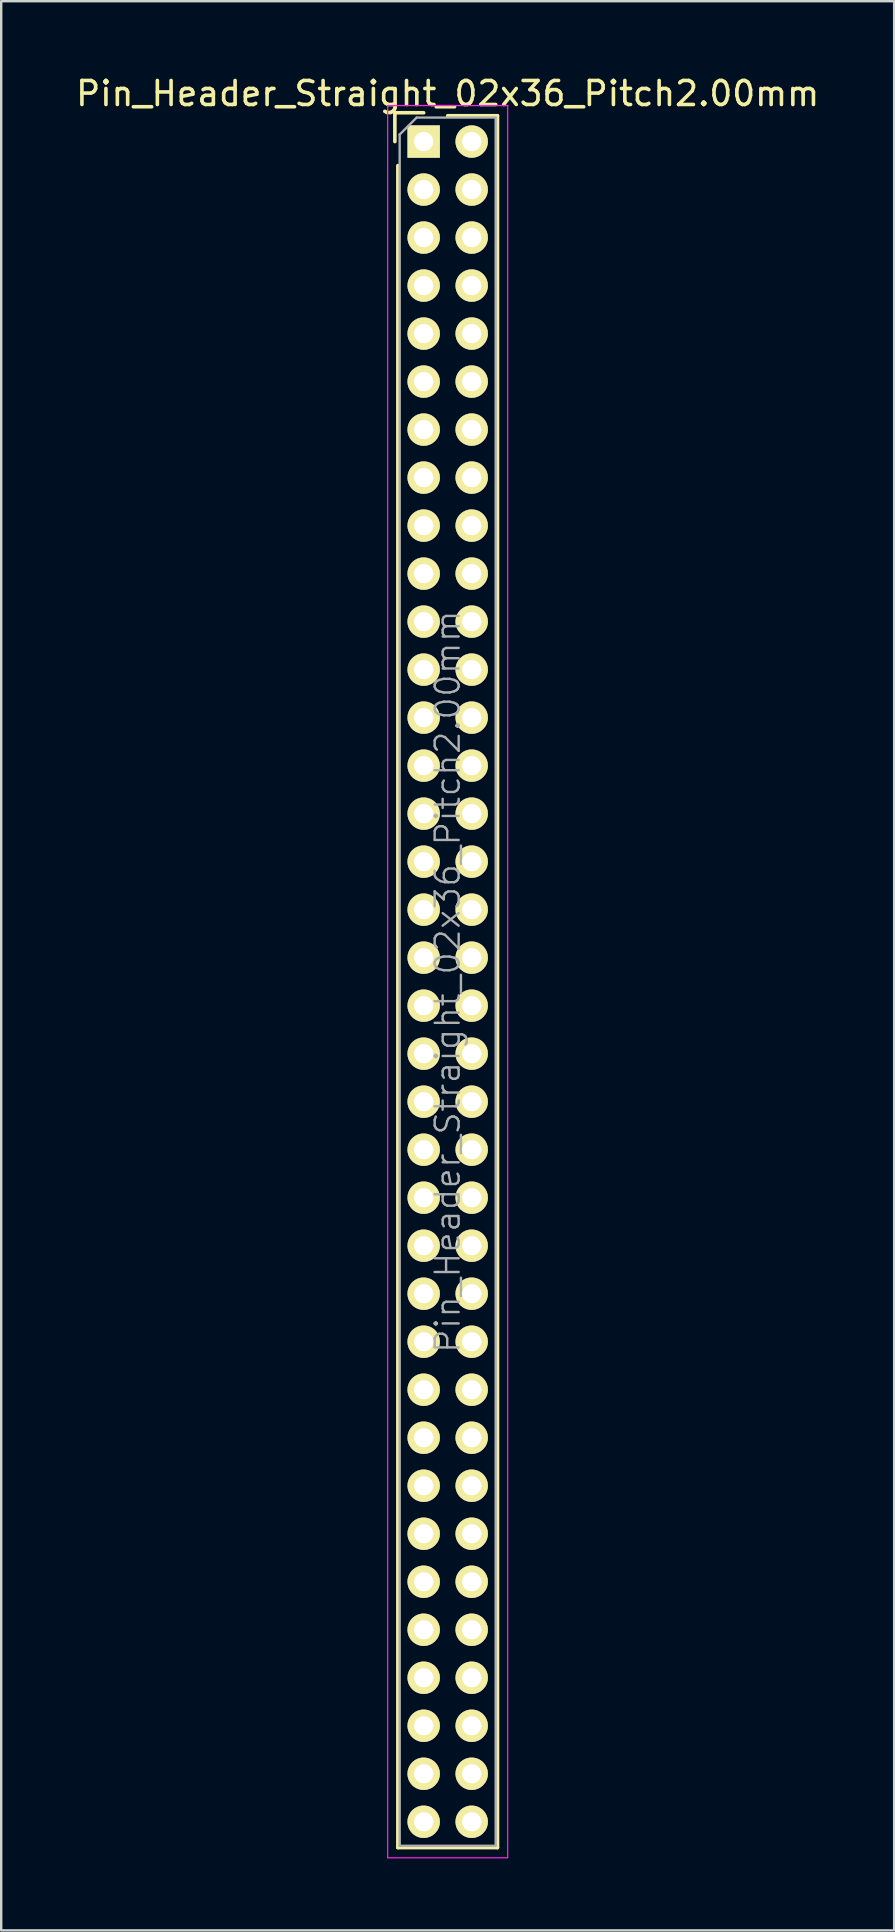
<source format=kicad_pcb>
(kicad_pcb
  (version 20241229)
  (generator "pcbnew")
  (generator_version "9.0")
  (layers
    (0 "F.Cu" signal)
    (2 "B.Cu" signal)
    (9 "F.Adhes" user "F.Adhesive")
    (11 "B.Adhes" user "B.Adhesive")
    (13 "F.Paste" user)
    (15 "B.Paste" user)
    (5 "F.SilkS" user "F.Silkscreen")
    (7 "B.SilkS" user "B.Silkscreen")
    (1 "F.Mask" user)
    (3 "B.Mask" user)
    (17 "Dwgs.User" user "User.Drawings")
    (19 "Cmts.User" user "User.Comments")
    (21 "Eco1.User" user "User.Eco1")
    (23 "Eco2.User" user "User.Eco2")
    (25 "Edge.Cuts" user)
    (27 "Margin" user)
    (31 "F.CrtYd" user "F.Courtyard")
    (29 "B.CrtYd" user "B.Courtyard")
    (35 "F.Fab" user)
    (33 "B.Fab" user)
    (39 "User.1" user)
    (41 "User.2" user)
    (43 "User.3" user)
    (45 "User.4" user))
  (footprint "Pin_Header_Straight_02x36_Pitch2.00mm"
    (layer "F.Cu")
    (at 14.601 2.848)
    (property "Reference" "Pin_Header_Straight_02x36_Pitch2.00mm" (at 1 -2 0) (layer "F.SilkS") (effects (font (size 1 1) (thickness 0.15))))
    (attr smd)
    (fp_line (start -1.2 -1.2) (end -1.2 0) (stroke (width 0.15) (type solid)) (layer "F.SilkS"))
    (fp_line (start -1.2 -1.2) (end 0 -1.2) (stroke (width 0.15) (type solid)) (layer "F.SilkS"))
    (fp_line (start -1.075 1) (end -1.075 71.075) (stroke (width 0.15) (type solid)) (layer "F.SilkS"))
    (fp_line (start -1.075 71.075) (end 3.075 71.075) (stroke (width 0.15) (type solid)) (layer "F.SilkS"))
    (fp_line (start 1 -1.075) (end 3.075 -1.075) (stroke (width 0.15) (type solid)) (layer "F.SilkS"))
    (fp_line (start 3.075 -1.075) (end 3.075 71.075) (stroke (width 0.15) (type solid)) (layer "F.SilkS"))
    (fp_line (start -1.5 -1.5) (end -1.5 71.5) (stroke (width 0.05) (type solid)) (layer "F.CrtYd"))
    (fp_line (start 3.5 -1.5) (end -1.5 -1.5) (stroke (width 0.05) (type solid)) (layer "F.CrtYd"))
    (fp_line (start 3.5 -1.5) (end 3.5 71.5) (stroke (width 0.05) (type solid)) (layer "F.CrtYd"))
    (fp_line (start 3.5 71.5) (end -1.5 71.5) (stroke (width 0.05) (type solid)) (layer "F.CrtYd"))
    (fp_line (start -1 -0.293) (end -0.293 -1) (stroke (width 0.1) (type solid)) (layer "F.Fab"))
    (fp_line (start -1 71) (end -1 -0.293) (stroke (width 0.1) (type solid)) (layer "F.Fab"))
    (fp_line (start 3 -1) (end -0.293 -1) (stroke (width 0.1) (type solid)) (layer "F.Fab"))
    (fp_line (start 3 71) (end -1 71) (stroke (width 0.1) (type solid)) (layer "F.Fab"))
    (fp_line (start 3 71) (end 3 -1) (stroke (width 0.1) (type solid)) (layer "F.Fab"))
    (fp_text user "${REFERENCE}" (at 1 35 90) (layer "F.Fab") (effects (font (size 1 1) (thickness 0.1))))
    (pad "1" thru_hole rect (at 0 0) (size 1.35 1.35) (drill 0.8) (layers "*.Cu" "*.Mask" "F.SilkS"))
    (pad "2" thru_hole oval (at 2 0) (size 1.35 1.35) (drill 0.8) (layers "*.Cu" "*.Mask" "F.SilkS"))
    (pad "3" thru_hole oval (at 0 2) (size 1.35 1.35) (drill 0.8) (layers "*.Cu" "*.Mask" "F.SilkS"))
    (pad "4" thru_hole oval (at 2 2) (size 1.35 1.35) (drill 0.8) (layers "*.Cu" "*.Mask" "F.SilkS"))
    (pad "5" thru_hole oval (at 0 4) (size 1.35 1.35) (drill 0.8) (layers "*.Cu" "*.Mask" "F.SilkS"))
    (pad "6" thru_hole oval (at 2 4) (size 1.35 1.35) (drill 0.8) (layers "*.Cu" "*.Mask" "F.SilkS"))
    (pad "7" thru_hole oval (at 0 6) (size 1.35 1.35) (drill 0.8) (layers "*.Cu" "*.Mask" "F.SilkS"))
    (pad "8" thru_hole oval (at 2 6) (size 1.35 1.35) (drill 0.8) (layers "*.Cu" "*.Mask" "F.SilkS"))
    (pad "9" thru_hole oval (at 0 8) (size 1.35 1.35) (drill 0.8) (layers "*.Cu" "*.Mask" "F.SilkS"))
    (pad "10" thru_hole oval (at 2 8) (size 1.35 1.35) (drill 0.8) (layers "*.Cu" "*.Mask" "F.SilkS"))
    (pad "11" thru_hole oval (at 0 10) (size 1.35 1.35) (drill 0.8) (layers "*.Cu" "*.Mask" "F.SilkS"))
    (pad "12" thru_hole oval (at 2 10) (size 1.35 1.35) (drill 0.8) (layers "*.Cu" "*.Mask" "F.SilkS"))
    (pad "13" thru_hole oval (at 0 12) (size 1.35 1.35) (drill 0.8) (layers "*.Cu" "*.Mask" "F.SilkS"))
    (pad "14" thru_hole oval (at 2 12) (size 1.35 1.35) (drill 0.8) (layers "*.Cu" "*.Mask" "F.SilkS"))
    (pad "15" thru_hole oval (at 0 14) (size 1.35 1.35) (drill 0.8) (layers "*.Cu" "*.Mask" "F.SilkS"))
    (pad "16" thru_hole oval (at 2 14) (size 1.35 1.35) (drill 0.8) (layers "*.Cu" "*.Mask" "F.SilkS"))
    (pad "17" thru_hole oval (at 0 16) (size 1.35 1.35) (drill 0.8) (layers "*.Cu" "*.Mask" "F.SilkS"))
    (pad "18" thru_hole oval (at 2 16) (size 1.35 1.35) (drill 0.8) (layers "*.Cu" "*.Mask" "F.SilkS"))
    (pad "19" thru_hole oval (at 0 18) (size 1.35 1.35) (drill 0.8) (layers "*.Cu" "*.Mask" "F.SilkS"))
    (pad "20" thru_hole oval (at 2 18) (size 1.35 1.35) (drill 0.8) (layers "*.Cu" "*.Mask" "F.SilkS"))
    (pad "21" thru_hole oval (at 0 20) (size 1.35 1.35) (drill 0.8) (layers "*.Cu" "*.Mask" "F.SilkS"))
    (pad "22" thru_hole oval (at 2 20) (size 1.35 1.35) (drill 0.8) (layers "*.Cu" "*.Mask" "F.SilkS"))
    (pad "23" thru_hole oval (at 0 22) (size 1.35 1.35) (drill 0.8) (layers "*.Cu" "*.Mask" "F.SilkS"))
    (pad "24" thru_hole oval (at 2 22) (size 1.35 1.35) (drill 0.8) (layers "*.Cu" "*.Mask" "F.SilkS"))
    (pad "25" thru_hole oval (at 0 24) (size 1.35 1.35) (drill 0.8) (layers "*.Cu" "*.Mask" "F.SilkS"))
    (pad "26" thru_hole oval (at 2 24) (size 1.35 1.35) (drill 0.8) (layers "*.Cu" "*.Mask" "F.SilkS"))
    (pad "27" thru_hole oval (at 0 26) (size 1.35 1.35) (drill 0.8) (layers "*.Cu" "*.Mask" "F.SilkS"))
    (pad "28" thru_hole oval (at 2 26) (size 1.35 1.35) (drill 0.8) (layers "*.Cu" "*.Mask" "F.SilkS"))
    (pad "29" thru_hole oval (at 0 28) (size 1.35 1.35) (drill 0.8) (layers "*.Cu" "*.Mask" "F.SilkS"))
    (pad "30" thru_hole oval (at 2 28) (size 1.35 1.35) (drill 0.8) (layers "*.Cu" "*.Mask" "F.SilkS"))
    (pad "31" thru_hole oval (at 0 30) (size 1.35 1.35) (drill 0.8) (layers "*.Cu" "*.Mask" "F.SilkS"))
    (pad "32" thru_hole oval (at 2 30) (size 1.35 1.35) (drill 0.8) (layers "*.Cu" "*.Mask" "F.SilkS"))
    (pad "33" thru_hole oval (at 0 32) (size 1.35 1.35) (drill 0.8) (layers "*.Cu" "*.Mask" "F.SilkS"))
    (pad "34" thru_hole oval (at 2 32) (size 1.35 1.35) (drill 0.8) (layers "*.Cu" "*.Mask" "F.SilkS"))
    (pad "35" thru_hole oval (at 0 34) (size 1.35 1.35) (drill 0.8) (layers "*.Cu" "*.Mask" "F.SilkS"))
    (pad "36" thru_hole oval (at 2 34) (size 1.35 1.35) (drill 0.8) (layers "*.Cu" "*.Mask" "F.SilkS"))
    (pad "37" thru_hole oval (at 0 36) (size 1.35 1.35) (drill 0.8) (layers "*.Cu" "*.Mask" "F.SilkS"))
    (pad "38" thru_hole oval (at 2 36) (size 1.35 1.35) (drill 0.8) (layers "*.Cu" "*.Mask" "F.SilkS"))
    (pad "39" thru_hole oval (at 0 38) (size 1.35 1.35) (drill 0.8) (layers "*.Cu" "*.Mask" "F.SilkS"))
    (pad "40" thru_hole oval (at 2 38) (size 1.35 1.35) (drill 0.8) (layers "*.Cu" "*.Mask" "F.SilkS"))
    (pad "41" thru_hole oval (at 0 40) (size 1.35 1.35) (drill 0.8) (layers "*.Cu" "*.Mask" "F.SilkS"))
    (pad "42" thru_hole oval (at 2 40) (size 1.35 1.35) (drill 0.8) (layers "*.Cu" "*.Mask" "F.SilkS"))
    (pad "43" thru_hole oval (at 0 42) (size 1.35 1.35) (drill 0.8) (layers "*.Cu" "*.Mask" "F.SilkS"))
    (pad "44" thru_hole oval (at 2 42) (size 1.35 1.35) (drill 0.8) (layers "*.Cu" "*.Mask" "F.SilkS"))
    (pad "45" thru_hole oval (at 0 44) (size 1.35 1.35) (drill 0.8) (layers "*.Cu" "*.Mask" "F.SilkS"))
    (pad "46" thru_hole oval (at 2 44) (size 1.35 1.35) (drill 0.8) (layers "*.Cu" "*.Mask" "F.SilkS"))
    (pad "47" thru_hole oval (at 0 46) (size 1.35 1.35) (drill 0.8) (layers "*.Cu" "*.Mask" "F.SilkS"))
    (pad "48" thru_hole oval (at 2 46) (size 1.35 1.35) (drill 0.8) (layers "*.Cu" "*.Mask" "F.SilkS"))
    (pad "49" thru_hole oval (at 0 48) (size 1.35 1.35) (drill 0.8) (layers "*.Cu" "*.Mask" "F.SilkS"))
    (pad "50" thru_hole oval (at 2 48) (size 1.35 1.35) (drill 0.8) (layers "*.Cu" "*.Mask" "F.SilkS"))
    (pad "51" thru_hole oval (at 0 50) (size 1.35 1.35) (drill 0.8) (layers "*.Cu" "*.Mask" "F.SilkS"))
    (pad "52" thru_hole oval (at 2 50) (size 1.35 1.35) (drill 0.8) (layers "*.Cu" "*.Mask" "F.SilkS"))
    (pad "53" thru_hole oval (at 0 52) (size 1.35 1.35) (drill 0.8) (layers "*.Cu" "*.Mask" "F.SilkS"))
    (pad "54" thru_hole oval (at 2 52) (size 1.35 1.35) (drill 0.8) (layers "*.Cu" "*.Mask" "F.SilkS"))
    (pad "55" thru_hole oval (at 0 54) (size 1.35 1.35) (drill 0.8) (layers "*.Cu" "*.Mask" "F.SilkS"))
    (pad "56" thru_hole oval (at 2 54) (size 1.35 1.35) (drill 0.8) (layers "*.Cu" "*.Mask" "F.SilkS"))
    (pad "57" thru_hole oval (at 0 56) (size 1.35 1.35) (drill 0.8) (layers "*.Cu" "*.Mask" "F.SilkS"))
    (pad "58" thru_hole oval (at 2 56) (size 1.35 1.35) (drill 0.8) (layers "*.Cu" "*.Mask" "F.SilkS"))
    (pad "59" thru_hole oval (at 0 58) (size 1.35 1.35) (drill 0.8) (layers "*.Cu" "*.Mask" "F.SilkS"))
    (pad "60" thru_hole oval (at 2 58) (size 1.35 1.35) (drill 0.8) (layers "*.Cu" "*.Mask" "F.SilkS"))
    (pad "61" thru_hole oval (at 0 60) (size 1.35 1.35) (drill 0.8) (layers "*.Cu" "*.Mask" "F.SilkS"))
    (pad "62" thru_hole oval (at 2 60) (size 1.35 1.35) (drill 0.8) (layers "*.Cu" "*.Mask" "F.SilkS"))
    (pad "63" thru_hole oval (at 0 62) (size 1.35 1.35) (drill 0.8) (layers "*.Cu" "*.Mask" "F.SilkS"))
    (pad "64" thru_hole oval (at 2 62) (size 1.35 1.35) (drill 0.8) (layers "*.Cu" "*.Mask" "F.SilkS"))
    (pad "65" thru_hole oval (at 0 64) (size 1.35 1.35) (drill 0.8) (layers "*.Cu" "*.Mask" "F.SilkS"))
    (pad "66" thru_hole oval (at 2 64) (size 1.35 1.35) (drill 0.8) (layers "*.Cu" "*.Mask" "F.SilkS"))
    (pad "67" thru_hole oval (at 0 66) (size 1.35 1.35) (drill 0.8) (layers "*.Cu" "*.Mask" "F.SilkS"))
    (pad "68" thru_hole oval (at 2 66) (size 1.35 1.35) (drill 0.8) (layers "*.Cu" "*.Mask" "F.SilkS"))
    (pad "69" thru_hole oval (at 0 68) (size 1.35 1.35) (drill 0.8) (layers "*.Cu" "*.Mask" "F.SilkS"))
    (pad "70" thru_hole oval (at 2 68) (size 1.35 1.35) (drill 0.8) (layers "*.Cu" "*.Mask" "F.SilkS"))
    (pad "71" thru_hole oval (at 0 70) (size 1.35 1.35) (drill 0.8) (layers "*.Cu" "*.Mask" "F.SilkS"))
    (pad "72" thru_hole oval (at 2 70) (size 1.35 1.35) (drill 0.8) (layers "*.Cu" "*.Mask" "F.SilkS")))
  (gr_rect
    (start -3 -3)
    (end 34.202 77.373)
    (stroke (width 0.1) (type default))
    (fill no)
    (layer "Edge.Cuts")))
</source>
